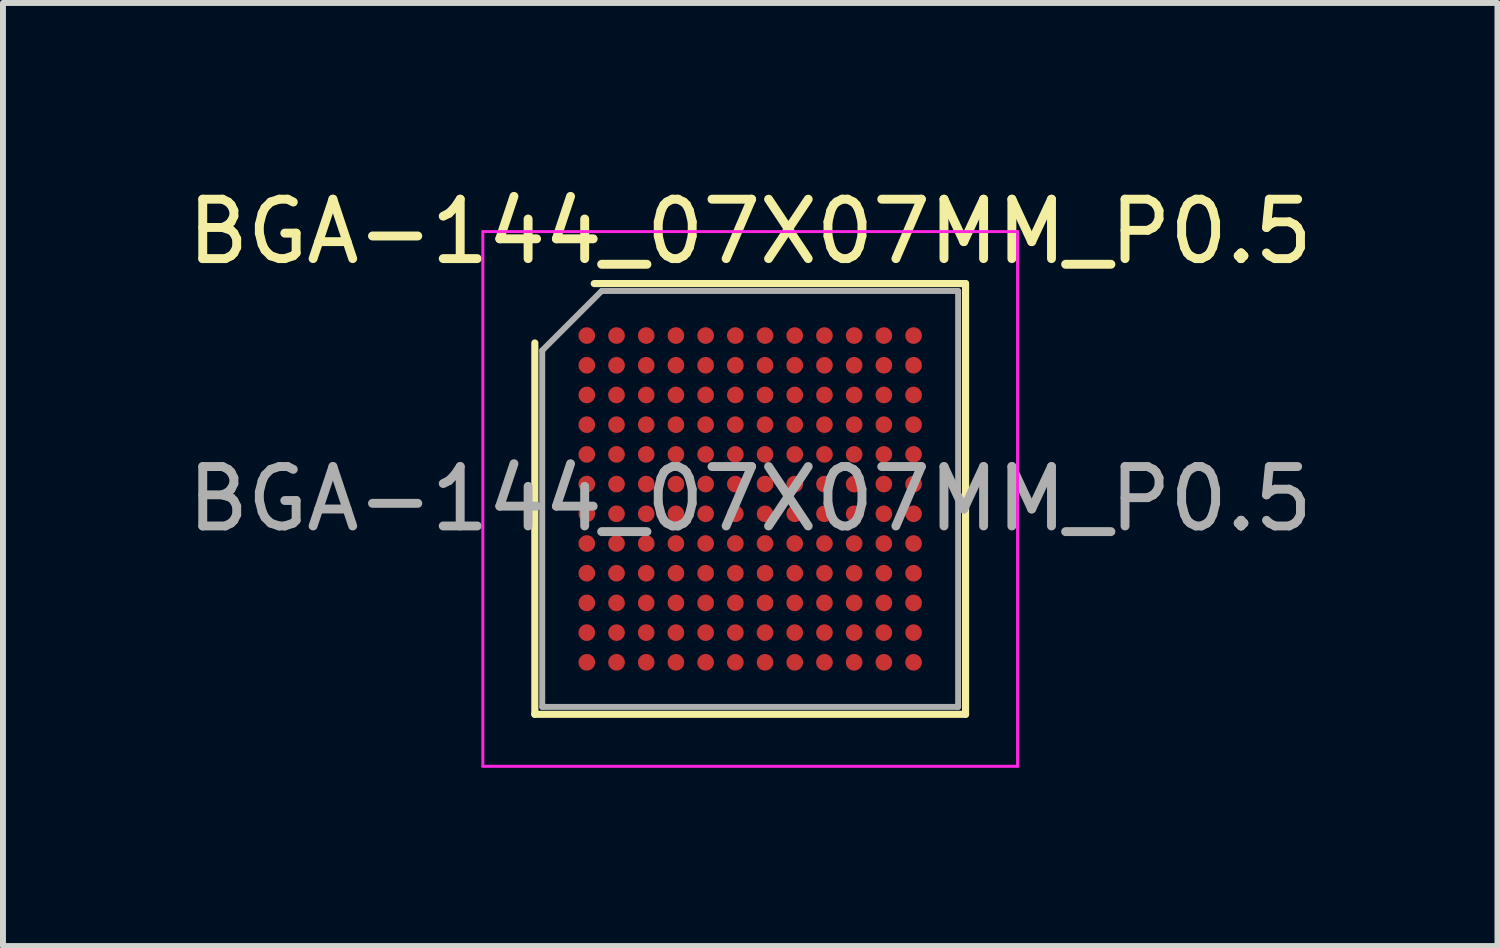
<source format=kicad_pcb>
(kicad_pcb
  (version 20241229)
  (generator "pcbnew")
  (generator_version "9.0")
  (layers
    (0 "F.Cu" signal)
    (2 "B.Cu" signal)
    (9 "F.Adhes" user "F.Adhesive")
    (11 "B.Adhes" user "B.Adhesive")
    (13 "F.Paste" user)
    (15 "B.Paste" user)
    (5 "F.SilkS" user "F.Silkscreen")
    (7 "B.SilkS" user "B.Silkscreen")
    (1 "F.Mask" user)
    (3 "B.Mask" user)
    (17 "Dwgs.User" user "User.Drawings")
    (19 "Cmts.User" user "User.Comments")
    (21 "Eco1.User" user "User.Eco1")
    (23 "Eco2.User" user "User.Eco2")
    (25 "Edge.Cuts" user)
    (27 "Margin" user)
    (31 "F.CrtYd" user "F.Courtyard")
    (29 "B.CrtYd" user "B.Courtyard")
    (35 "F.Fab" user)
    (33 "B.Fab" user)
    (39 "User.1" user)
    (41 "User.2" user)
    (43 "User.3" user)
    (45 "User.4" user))
  (footprint "BGA-144_07X07MM_P0.5"
    (layer "F.Cu")
    (at 9.577 5.348)
    (property "Reference" "BGA-144_07X07MM_P0.5" (at 0 -4.5 0) (layer "F.SilkS") (effects (font (size 1 1) (thickness 0.15))))
    (attr smd)
    (fp_line (start -3.625 3.625) (end -3.625 -2.625) (stroke (width 0.12) (type solid)) (layer "F.SilkS"))
    (fp_line (start -2.625 -3.625) (end 3.625 -3.625) (stroke (width 0.12) (type solid)) (layer "F.SilkS"))
    (fp_line (start 3.625 -3.625) (end 3.625 3.625) (stroke (width 0.12) (type solid)) (layer "F.SilkS"))
    (fp_line (start 3.625 3.625) (end -3.625 3.625) (stroke (width 0.12) (type solid)) (layer "F.SilkS"))
    (fp_line (start -4.5 -4.5) (end -4.5 4.5) (stroke (width 0.05) (type solid)) (layer "F.CrtYd"))
    (fp_line (start -4.5 4.5) (end 4.5 4.5) (stroke (width 0.05) (type solid)) (layer "F.CrtYd"))
    (fp_line (start 4.5 -4.5) (end -4.5 -4.5) (stroke (width 0.05) (type solid)) (layer "F.CrtYd"))
    (fp_line (start 4.5 4.5) (end 4.5 -4.5) (stroke (width 0.05) (type solid)) (layer "F.CrtYd"))
    (fp_line (start -3.5 -2.5) (end -2.5 -3.5) (stroke (width 0.1) (type solid)) (layer "F.Fab"))
    (fp_line (start -3.5 3.5) (end -3.5 -2.5) (stroke (width 0.1) (type solid)) (layer "F.Fab"))
    (fp_line (start -2.5 -3.5) (end 3.5 -3.5) (stroke (width 0.1) (type solid)) (layer "F.Fab"))
    (fp_line (start 3.5 -3.5) (end 3.5 3.5) (stroke (width 0.1) (type solid)) (layer "F.Fab"))
    (fp_line (start 3.5 3.5) (end -3.5 3.5) (stroke (width 0.1) (type solid)) (layer "F.Fab"))
    (fp_text user "${REFERENCE}" (at 0 0 0) (layer "F.Fab") (effects (font (size 1 1) (thickness 0.15))))
    (pad "A1" smd circle (at -2.75 -2.75) (size 0.28 0.28) (layers "F.Cu" "F.Mask" "F.Paste"))
    (pad "A2" smd circle (at -2.25 -2.75) (size 0.28 0.28) (layers "F.Cu" "F.Mask" "F.Paste"))
    (pad "A3" smd circle (at -1.75 -2.75) (size 0.28 0.28) (layers "F.Cu" "F.Mask" "F.Paste"))
    (pad "A4" smd circle (at -1.25 -2.75) (size 0.28 0.28) (layers "F.Cu" "F.Mask" "F.Paste"))
    (pad "A5" smd circle (at -0.75 -2.75) (size 0.28 0.28) (layers "F.Cu" "F.Mask" "F.Paste"))
    (pad "A6" smd circle (at -0.25 -2.75) (size 0.28 0.28) (layers "F.Cu" "F.Mask" "F.Paste"))
    (pad "A7" smd circle (at 0.25 -2.75) (size 0.28 0.28) (layers "F.Cu" "F.Mask" "F.Paste"))
    (pad "A8" smd circle (at 0.75 -2.75) (size 0.28 0.28) (layers "F.Cu" "F.Mask" "F.Paste"))
    (pad "A9" smd circle (at 1.25 -2.75) (size 0.28 0.28) (layers "F.Cu" "F.Mask" "F.Paste"))
    (pad "A10" smd circle (at 1.75 -2.75) (size 0.28 0.28) (layers "F.Cu" "F.Mask" "F.Paste"))
    (pad "A11" smd circle (at 2.25 -2.75) (size 0.28 0.28) (layers "F.Cu" "F.Mask" "F.Paste"))
    (pad "A12" smd circle (at 2.75 -2.75) (size 0.28 0.28) (layers "F.Cu" "F.Mask" "F.Paste"))
    (pad "B1" smd circle (at -2.75 -2.25) (size 0.28 0.28) (layers "F.Cu" "F.Mask" "F.Paste"))
    (pad "B2" smd circle (at -2.25 -2.25) (size 0.28 0.28) (layers "F.Cu" "F.Mask" "F.Paste"))
    (pad "B3" smd circle (at -1.75 -2.25) (size 0.28 0.28) (layers "F.Cu" "F.Mask" "F.Paste"))
    (pad "B4" smd circle (at -1.25 -2.25) (size 0.28 0.28) (layers "F.Cu" "F.Mask" "F.Paste"))
    (pad "B5" smd circle (at -0.75 -2.25) (size 0.28 0.28) (layers "F.Cu" "F.Mask" "F.Paste"))
    (pad "B6" smd circle (at -0.25 -2.25) (size 0.28 0.28) (layers "F.Cu" "F.Mask" "F.Paste"))
    (pad "B7" smd circle (at 0.25 -2.25) (size 0.28 0.28) (layers "F.Cu" "F.Mask" "F.Paste"))
    (pad "B8" smd circle (at 0.75 -2.25) (size 0.28 0.28) (layers "F.Cu" "F.Mask" "F.Paste"))
    (pad "B9" smd circle (at 1.25 -2.25) (size 0.28 0.28) (layers "F.Cu" "F.Mask" "F.Paste"))
    (pad "B10" smd circle (at 1.75 -2.25) (size 0.28 0.28) (layers "F.Cu" "F.Mask" "F.Paste"))
    (pad "B11" smd circle (at 2.25 -2.25) (size 0.28 0.28) (layers "F.Cu" "F.Mask" "F.Paste"))
    (pad "B12" smd circle (at 2.75 -2.25) (size 0.28 0.28) (layers "F.Cu" "F.Mask" "F.Paste"))
    (pad "C1" smd circle (at -2.75 -1.75) (size 0.28 0.28) (layers "F.Cu" "F.Mask" "F.Paste"))
    (pad "C2" smd circle (at -2.25 -1.75) (size 0.28 0.28) (layers "F.Cu" "F.Mask" "F.Paste"))
    (pad "C3" smd circle (at -1.75 -1.75) (size 0.28 0.28) (layers "F.Cu" "F.Mask" "F.Paste"))
    (pad "C4" smd circle (at -1.25 -1.75) (size 0.28 0.28) (layers "F.Cu" "F.Mask" "F.Paste"))
    (pad "C5" smd circle (at -0.75 -1.75) (size 0.28 0.28) (layers "F.Cu" "F.Mask" "F.Paste"))
    (pad "C6" smd circle (at -0.25 -1.75) (size 0.28 0.28) (layers "F.Cu" "F.Mask" "F.Paste"))
    (pad "C7" smd circle (at 0.25 -1.75) (size 0.28 0.28) (layers "F.Cu" "F.Mask" "F.Paste"))
    (pad "C8" smd circle (at 0.75 -1.75) (size 0.28 0.28) (layers "F.Cu" "F.Mask" "F.Paste"))
    (pad "C9" smd circle (at 1.25 -1.75) (size 0.28 0.28) (layers "F.Cu" "F.Mask" "F.Paste"))
    (pad "C10" smd circle (at 1.75 -1.75) (size 0.28 0.28) (layers "F.Cu" "F.Mask" "F.Paste"))
    (pad "C11" smd circle (at 2.25 -1.75) (size 0.28 0.28) (layers "F.Cu" "F.Mask" "F.Paste"))
    (pad "C12" smd circle (at 2.75 -1.75) (size 0.28 0.28) (layers "F.Cu" "F.Mask" "F.Paste"))
    (pad "D1" smd circle (at -2.75 -1.25) (size 0.28 0.28) (layers "F.Cu" "F.Mask" "F.Paste"))
    (pad "D2" smd circle (at -2.25 -1.25) (size 0.28 0.28) (layers "F.Cu" "F.Mask" "F.Paste"))
    (pad "D3" smd circle (at -1.75 -1.25) (size 0.28 0.28) (layers "F.Cu" "F.Mask" "F.Paste"))
    (pad "D4" smd circle (at -1.25 -1.25) (size 0.28 0.28) (layers "F.Cu" "F.Mask" "F.Paste"))
    (pad "D5" smd circle (at -0.75 -1.25) (size 0.28 0.28) (layers "F.Cu" "F.Mask" "F.Paste"))
    (pad "D6" smd circle (at -0.25 -1.25) (size 0.28 0.28) (layers "F.Cu" "F.Mask" "F.Paste"))
    (pad "D7" smd circle (at 0.25 -1.25) (size 0.28 0.28) (layers "F.Cu" "F.Mask" "F.Paste"))
    (pad "D8" smd circle (at 0.75 -1.25) (size 0.28 0.28) (layers "F.Cu" "F.Mask" "F.Paste"))
    (pad "D9" smd circle (at 1.25 -1.25) (size 0.28 0.28) (layers "F.Cu" "F.Mask" "F.Paste"))
    (pad "D10" smd circle (at 1.75 -1.25) (size 0.28 0.28) (layers "F.Cu" "F.Mask" "F.Paste"))
    (pad "D11" smd circle (at 2.25 -1.25) (size 0.28 0.28) (layers "F.Cu" "F.Mask" "F.Paste"))
    (pad "D12" smd circle (at 2.75 -1.25) (size 0.28 0.28) (layers "F.Cu" "F.Mask" "F.Paste"))
    (pad "E1" smd circle (at -2.75 -0.75) (size 0.28 0.28) (layers "F.Cu" "F.Mask" "F.Paste"))
    (pad "E2" smd circle (at -2.25 -0.75) (size 0.28 0.28) (layers "F.Cu" "F.Mask" "F.Paste"))
    (pad "E3" smd circle (at -1.75 -0.75) (size 0.28 0.28) (layers "F.Cu" "F.Mask" "F.Paste"))
    (pad "E4" smd circle (at -1.25 -0.75) (size 0.28 0.28) (layers "F.Cu" "F.Mask" "F.Paste"))
    (pad "E5" smd circle (at -0.75 -0.75) (size 0.28 0.28) (layers "F.Cu" "F.Mask" "F.Paste"))
    (pad "E6" smd circle (at -0.25 -0.75) (size 0.28 0.28) (layers "F.Cu" "F.Mask" "F.Paste"))
    (pad "E7" smd circle (at 0.25 -0.75) (size 0.28 0.28) (layers "F.Cu" "F.Mask" "F.Paste"))
    (pad "E8" smd circle (at 0.75 -0.75) (size 0.28 0.28) (layers "F.Cu" "F.Mask" "F.Paste"))
    (pad "E9" smd circle (at 1.25 -0.75) (size 0.28 0.28) (layers "F.Cu" "F.Mask" "F.Paste"))
    (pad "E10" smd circle (at 1.75 -0.75) (size 0.28 0.28) (layers "F.Cu" "F.Mask" "F.Paste"))
    (pad "E11" smd circle (at 2.25 -0.75) (size 0.28 0.28) (layers "F.Cu" "F.Mask" "F.Paste"))
    (pad "E12" smd circle (at 2.75 -0.75) (size 0.28 0.28) (layers "F.Cu" "F.Mask" "F.Paste"))
    (pad "F1" smd circle (at -2.75 -0.25) (size 0.28 0.28) (layers "F.Cu" "F.Mask" "F.Paste"))
    (pad "F2" smd circle (at -2.25 -0.25) (size 0.28 0.28) (layers "F.Cu" "F.Mask" "F.Paste"))
    (pad "F3" smd circle (at -1.75 -0.25) (size 0.28 0.28) (layers "F.Cu" "F.Mask" "F.Paste"))
    (pad "F4" smd circle (at -1.25 -0.25) (size 0.28 0.28) (layers "F.Cu" "F.Mask" "F.Paste"))
    (pad "F5" smd circle (at -0.75 -0.25) (size 0.28 0.28) (layers "F.Cu" "F.Mask" "F.Paste"))
    (pad "F6" smd circle (at -0.25 -0.25) (size 0.28 0.28) (layers "F.Cu" "F.Mask" "F.Paste"))
    (pad "F7" smd circle (at 0.25 -0.25) (size 0.28 0.28) (layers "F.Cu" "F.Mask" "F.Paste"))
    (pad "F8" smd circle (at 0.75 -0.25) (size 0.28 0.28) (layers "F.Cu" "F.Mask" "F.Paste"))
    (pad "F9" smd circle (at 1.25 -0.25) (size 0.28 0.28) (layers "F.Cu" "F.Mask" "F.Paste"))
    (pad "F10" smd circle (at 1.75 -0.25) (size 0.28 0.28) (layers "F.Cu" "F.Mask" "F.Paste"))
    (pad "F11" smd circle (at 2.25 -0.25) (size 0.28 0.28) (layers "F.Cu" "F.Mask" "F.Paste"))
    (pad "F12" smd circle (at 2.75 -0.25) (size 0.28 0.28) (layers "F.Cu" "F.Mask" "F.Paste"))
    (pad "G1" smd circle (at -2.75 0.25) (size 0.28 0.28) (layers "F.Cu" "F.Mask" "F.Paste"))
    (pad "G2" smd circle (at -2.25 0.25) (size 0.28 0.28) (layers "F.Cu" "F.Mask" "F.Paste"))
    (pad "G3" smd circle (at -1.75 0.25) (size 0.28 0.28) (layers "F.Cu" "F.Mask" "F.Paste"))
    (pad "G4" smd circle (at -1.25 0.25) (size 0.28 0.28) (layers "F.Cu" "F.Mask" "F.Paste"))
    (pad "G5" smd circle (at -0.75 0.25) (size 0.28 0.28) (layers "F.Cu" "F.Mask" "F.Paste"))
    (pad "G6" smd circle (at -0.25 0.25) (size 0.28 0.28) (layers "F.Cu" "F.Mask" "F.Paste"))
    (pad "G7" smd circle (at 0.25 0.25) (size 0.28 0.28) (layers "F.Cu" "F.Mask" "F.Paste"))
    (pad "G8" smd circle (at 0.75 0.25) (size 0.28 0.28) (layers "F.Cu" "F.Mask" "F.Paste"))
    (pad "G9" smd circle (at 1.25 0.25) (size 0.28 0.28) (layers "F.Cu" "F.Mask" "F.Paste"))
    (pad "G10" smd circle (at 1.75 0.25) (size 0.28 0.28) (layers "F.Cu" "F.Mask" "F.Paste"))
    (pad "G11" smd circle (at 2.25 0.25) (size 0.28 0.28) (layers "F.Cu" "F.Mask" "F.Paste"))
    (pad "G12" smd circle (at 2.75 0.25) (size 0.28 0.28) (layers "F.Cu" "F.Mask" "F.Paste"))
    (pad "H1" smd circle (at -2.75 0.75) (size 0.28 0.28) (layers "F.Cu" "F.Mask" "F.Paste"))
    (pad "H2" smd circle (at -2.25 0.75) (size 0.28 0.28) (layers "F.Cu" "F.Mask" "F.Paste"))
    (pad "H3" smd circle (at -1.75 0.75) (size 0.28 0.28) (layers "F.Cu" "F.Mask" "F.Paste"))
    (pad "H4" smd circle (at -1.25 0.75) (size 0.28 0.28) (layers "F.Cu" "F.Mask" "F.Paste"))
    (pad "H5" smd circle (at -0.75 0.75) (size 0.28 0.28) (layers "F.Cu" "F.Mask" "F.Paste"))
    (pad "H6" smd circle (at -0.25 0.75) (size 0.28 0.28) (layers "F.Cu" "F.Mask" "F.Paste"))
    (pad "H7" smd circle (at 0.25 0.75) (size 0.28 0.28) (layers "F.Cu" "F.Mask" "F.Paste"))
    (pad "H8" smd circle (at 0.75 0.75) (size 0.28 0.28) (layers "F.Cu" "F.Mask" "F.Paste"))
    (pad "H9" smd circle (at 1.25 0.75) (size 0.28 0.28) (layers "F.Cu" "F.Mask" "F.Paste"))
    (pad "H10" smd circle (at 1.75 0.75) (size 0.28 0.28) (layers "F.Cu" "F.Mask" "F.Paste"))
    (pad "H11" smd circle (at 2.25 0.75) (size 0.28 0.28) (layers "F.Cu" "F.Mask" "F.Paste"))
    (pad "H12" smd circle (at 2.75 0.75) (size 0.28 0.28) (layers "F.Cu" "F.Mask" "F.Paste"))
    (pad "J1" smd circle (at -2.75 1.25) (size 0.28 0.28) (layers "F.Cu" "F.Mask" "F.Paste"))
    (pad "J2" smd circle (at -2.25 1.25) (size 0.28 0.28) (layers "F.Cu" "F.Mask" "F.Paste"))
    (pad "J3" smd circle (at -1.75 1.25) (size 0.28 0.28) (layers "F.Cu" "F.Mask" "F.Paste"))
    (pad "J4" smd circle (at -1.25 1.25) (size 0.28 0.28) (layers "F.Cu" "F.Mask" "F.Paste"))
    (pad "J5" smd circle (at -0.75 1.25) (size 0.28 0.28) (layers "F.Cu" "F.Mask" "F.Paste"))
    (pad "J6" smd circle (at -0.25 1.25) (size 0.28 0.28) (layers "F.Cu" "F.Mask" "F.Paste"))
    (pad "J7" smd circle (at 0.25 1.25) (size 0.28 0.28) (layers "F.Cu" "F.Mask" "F.Paste"))
    (pad "J8" smd circle (at 0.75 1.25) (size 0.28 0.28) (layers "F.Cu" "F.Mask" "F.Paste"))
    (pad "J9" smd circle (at 1.25 1.25) (size 0.28 0.28) (layers "F.Cu" "F.Mask" "F.Paste"))
    (pad "J10" smd circle (at 1.75 1.25) (size 0.28 0.28) (layers "F.Cu" "F.Mask" "F.Paste"))
    (pad "J11" smd circle (at 2.25 1.25) (size 0.28 0.28) (layers "F.Cu" "F.Mask" "F.Paste"))
    (pad "J12" smd circle (at 2.75 1.25) (size 0.28 0.28) (layers "F.Cu" "F.Mask" "F.Paste"))
    (pad "K1" smd circle (at -2.75 1.75) (size 0.28 0.28) (layers "F.Cu" "F.Mask" "F.Paste"))
    (pad "K2" smd circle (at -2.25 1.75) (size 0.28 0.28) (layers "F.Cu" "F.Mask" "F.Paste"))
    (pad "K3" smd circle (at -1.75 1.75) (size 0.28 0.28) (layers "F.Cu" "F.Mask" "F.Paste"))
    (pad "K4" smd circle (at -1.25 1.75) (size 0.28 0.28) (layers "F.Cu" "F.Mask" "F.Paste"))
    (pad "K5" smd circle (at -0.75 1.75) (size 0.28 0.28) (layers "F.Cu" "F.Mask" "F.Paste"))
    (pad "K6" smd circle (at -0.25 1.75) (size 0.28 0.28) (layers "F.Cu" "F.Mask" "F.Paste"))
    (pad "K7" smd circle (at 0.25 1.75) (size 0.28 0.28) (layers "F.Cu" "F.Mask" "F.Paste"))
    (pad "K8" smd circle (at 0.75 1.75) (size 0.28 0.28) (layers "F.Cu" "F.Mask" "F.Paste"))
    (pad "K9" smd circle (at 1.25 1.75) (size 0.28 0.28) (layers "F.Cu" "F.Mask" "F.Paste"))
    (pad "K10" smd circle (at 1.75 1.75) (size 0.28 0.28) (layers "F.Cu" "F.Mask" "F.Paste"))
    (pad "K11" smd circle (at 2.25 1.75) (size 0.28 0.28) (layers "F.Cu" "F.Mask" "F.Paste"))
    (pad "K12" smd circle (at 2.75 1.75) (size 0.28 0.28) (layers "F.Cu" "F.Mask" "F.Paste"))
    (pad "L1" smd circle (at -2.75 2.25) (size 0.28 0.28) (layers "F.Cu" "F.Mask" "F.Paste"))
    (pad "L2" smd circle (at -2.25 2.25) (size 0.28 0.28) (layers "F.Cu" "F.Mask" "F.Paste"))
    (pad "L3" smd circle (at -1.75 2.25) (size 0.28 0.28) (layers "F.Cu" "F.Mask" "F.Paste"))
    (pad "L4" smd circle (at -1.25 2.25) (size 0.28 0.28) (layers "F.Cu" "F.Mask" "F.Paste"))
    (pad "L5" smd circle (at -0.75 2.25) (size 0.28 0.28) (layers "F.Cu" "F.Mask" "F.Paste"))
    (pad "L6" smd circle (at -0.25 2.25) (size 0.28 0.28) (layers "F.Cu" "F.Mask" "F.Paste"))
    (pad "L7" smd circle (at 0.25 2.25) (size 0.28 0.28) (layers "F.Cu" "F.Mask" "F.Paste"))
    (pad "L8" smd circle (at 0.75 2.25) (size 0.28 0.28) (layers "F.Cu" "F.Mask" "F.Paste"))
    (pad "L9" smd circle (at 1.25 2.25) (size 0.28 0.28) (layers "F.Cu" "F.Mask" "F.Paste"))
    (pad "L10" smd circle (at 1.75 2.25) (size 0.28 0.28) (layers "F.Cu" "F.Mask" "F.Paste"))
    (pad "L11" smd circle (at 2.25 2.25) (size 0.28 0.28) (layers "F.Cu" "F.Mask" "F.Paste"))
    (pad "L12" smd circle (at 2.75 2.25) (size 0.28 0.28) (layers "F.Cu" "F.Mask" "F.Paste"))
    (pad "M1" smd circle (at -2.75 2.75) (size 0.28 0.28) (layers "F.Cu" "F.Mask" "F.Paste"))
    (pad "M2" smd circle (at -2.25 2.75) (size 0.28 0.28) (layers "F.Cu" "F.Mask" "F.Paste"))
    (pad "M3" smd circle (at -1.75 2.75) (size 0.28 0.28) (layers "F.Cu" "F.Mask" "F.Paste"))
    (pad "M4" smd circle (at -1.25 2.75) (size 0.28 0.28) (layers "F.Cu" "F.Mask" "F.Paste"))
    (pad "M5" smd circle (at -0.75 2.75) (size 0.28 0.28) (layers "F.Cu" "F.Mask" "F.Paste"))
    (pad "M6" smd circle (at -0.25 2.75) (size 0.28 0.28) (layers "F.Cu" "F.Mask" "F.Paste"))
    (pad "M7" smd circle (at 0.25 2.75) (size 0.28 0.28) (layers "F.Cu" "F.Mask" "F.Paste"))
    (pad "M8" smd circle (at 0.75 2.75) (size 0.28 0.28) (layers "F.Cu" "F.Mask" "F.Paste"))
    (pad "M9" smd circle (at 1.25 2.75) (size 0.28 0.28) (layers "F.Cu" "F.Mask" "F.Paste"))
    (pad "M10" smd circle (at 1.75 2.75) (size 0.28 0.28) (layers "F.Cu" "F.Mask" "F.Paste"))
    (pad "M11" smd circle (at 2.25 2.75) (size 0.28 0.28) (layers "F.Cu" "F.Mask" "F.Paste"))
    (pad "M12" smd circle (at 2.75 2.75) (size 0.28 0.28) (layers "F.Cu" "F.Mask" "F.Paste")))
  (gr_rect
    (start -3 -3)
    (end 22.155 12.873)
    (stroke (width 0.1) (type default))
    (fill no)
    (layer "Edge.Cuts")))
</source>
